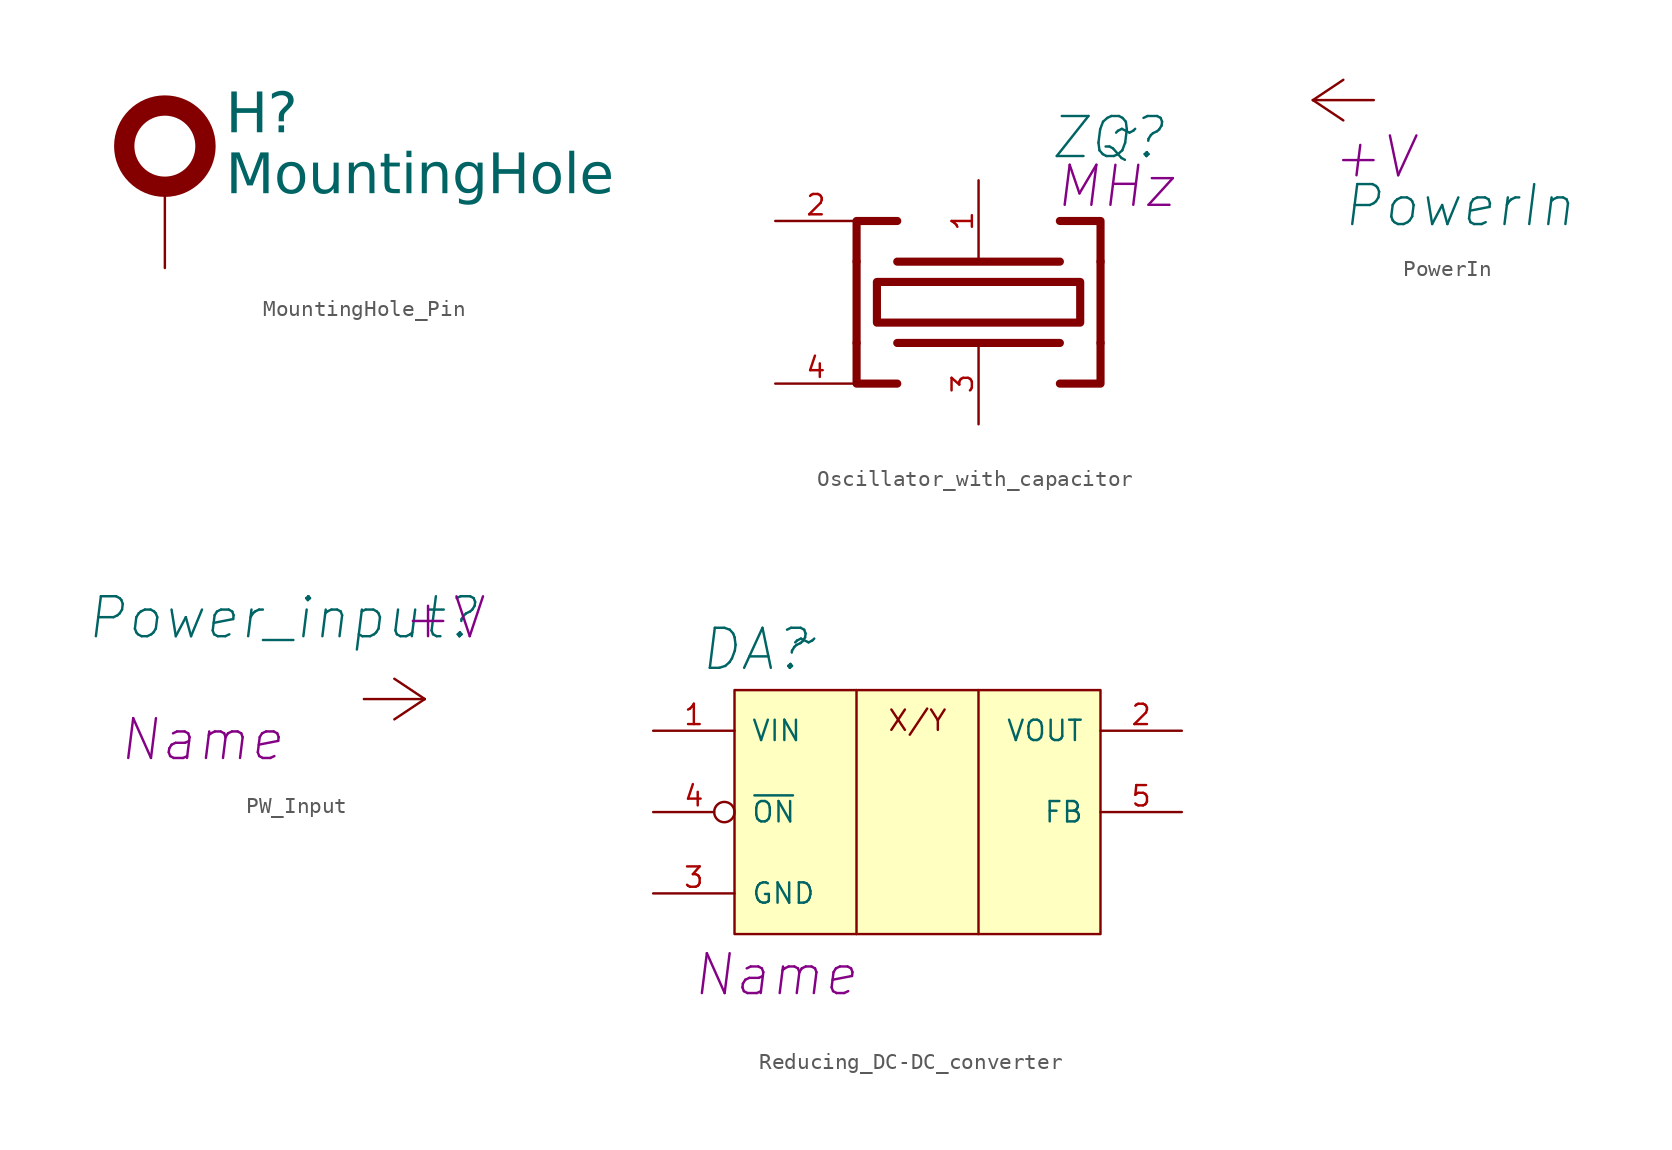
<source format=kicad_sym>
(kicad_symbol_lib
  (version 20241209)
  (generator "kicad_symbol_editor")
  (generator_version "9.0")
  (symbol "MountingHole_Pin"
    (pin_numbers
      (hide yes))
    (pin_names
      (offset 1.016)
      (hide yes))
    (property "Reference" "H"
      (at 3.81 1.905 0)
      (effects (font (face "GOST type A") (size 2.5 2.5) (italic yes)) (justify left)))
    (property "Value" "MountingHole"
      (at 3.81 -1.905 0)
      (effects (font (face "GOST type A") (size 2.5 2.5) (italic yes)) (justify left)))
    (symbol "MountingHole_Pin_0_1"
      (circle (center 0 0) (radius 2.54) (stroke (width 1.27) (type default)) (fill (type none))))
    (symbol "MountingHole_Pin_1_1"
      (pin passive line (at 0 -7.62 90) (length 5.08) (name "Pin" (effects (font (size 2.489 2.489)))) (number "1" (effects (font (size 2.489 2.489)))))))
  (symbol "Oscillator_with_capacitor"
    (pin_names
      (offset 1.016)
      (hide yes))
    (property "Reference" "ZQ"
      (at 4.445 10.287 0)
      (effects (font (size 2.5 2.5) (italic yes)) (justify left)))
    (property "Value" "~"
      (at 8.255 10.795 0)
      (effects (font (size 2.5 2.5)) (justify left)))
    (property "Frequency" "MHz"
      (at 4.699 7.239 0)
      (effects (font (size 2.5 2.5) (italic yes)) (justify left)))
    (symbol "Oscillator_with_capacitor_0_1"
      (polyline (pts (xy -7.62 2.54) (xy -7.62 -2.54)) (stroke (width 0.508) (type solid)) (fill (type none)))
      (polyline (pts (xy -7.62 -2.54) (xy -7.62 -5.08) (xy -5.08 -5.08)) (stroke (width 0.508) (type solid)) (fill (type none)))
      (polyline (pts (xy -5.08 5.08) (xy -7.62 5.08) (xy -7.62 2.54)) (stroke (width 0.508) (type solid)) (fill (type none)))
      (polyline (pts (xy 5.08 5.08) (xy 7.62 5.08) (xy 7.62 2.54)) (stroke (width 0.508) (type solid)) (fill (type none)))
      (polyline (pts (xy 5.08 2.54) (xy -5.08 2.54)) (stroke (width 0.508) (type solid)) (fill (type none)))
      (polyline (pts (xy 5.08 -2.54) (xy -5.08 -2.54)) (stroke (width 0.508) (type solid)) (fill (type none)))
      (rectangle (start 6.35 1.27) (end -6.35 -1.27) (stroke (width 0.508) (type solid)) (fill (type none)))
      (polyline (pts (xy 7.62 2.54) (xy 7.62 -2.54)) (stroke (width 0.508) (type solid)) (fill (type none)))
      (polyline (pts (xy 7.62 -2.54) (xy 7.62 -5.08) (xy 5.08 -5.08)) (stroke (width 0.508) (type solid)) (fill (type none))))
    (symbol "Oscillator_with_capacitor_1_1"
      (pin passive line (at -12.7 5.08 0) (length 5.08) (name "2" (effects (font (size 1.27 1.27)))) (number "2" (effects (font (size 1.27 1.27)))))
      (pin passive line (at -12.7 -5.08 0) (length 5.08) (name "4" (effects (font (size 1.27 1.27)))) (number "4" (effects (font (size 1.27 1.27)))))
      (pin passive line (at 0 7.62 270) (length 5.08) (name "1" (effects (font (size 1.27 1.27)))) (number "1" (effects (font (size 1.27 1.27)))))
      (pin passive line (at 0 -7.62 90) (length 5.08) (name "3" (effects (font (size 1.27 1.27)))) (number "3" (effects (font (size 1.27 1.27)))))))
  (symbol "PowerIn"
    (power)
    (pin_names
      (offset 0)
      (hide yes))
    (property "Reference" "#PWR"
      (at 1.778 2.54 0)
      (effects (font (size 2.5 2.5) (italic yes)) (hide yes)))
    (property "Value" "PowerIn"
      (at 5.334 -6.604 0)
      (effects (font (size 2.5 2.5) (italic yes))))
    (property "Voltage" "+V"
      (at 0 -3.556 0)
      (effects (font (size 2.489 2.489) (italic yes))))
    (symbol "PowerIn_0_1"
      (polyline (pts (xy -3.81 0) (xy -1.905 1.27)) (stroke (width 0) (type solid)) (fill (type none)))
      (polyline (pts (xy -3.81 0) (xy -1.905 -1.27)) (stroke (width 0) (type solid)) (fill (type none)))
      (polyline (pts (xy -3.81 0) (xy 0 0)) (stroke (width 0) (type solid)) (fill (type none))))
    (symbol "PowerIn_1_1"
      (pin power_in line (at 0 0 180) (length 0) (hide yes) (name "AVDD" (effects (font (size 1.27 1.27)))) (number "1" (effects (font (size 1.27 1.27)))))))
  (symbol "PW_Input"
    (power)
    (pin_names
      (offset 0)
      (hide yes))
    (property "Reference" "Power_input"
      (at -5.08 7.62 0)
      (effects (font (size 2.5 2.5) (italic yes))))
    (property "Name" "Name"
      (at -10.16 0 0)
      (effects (font (size 2.489 2.489) (italic yes))))
    (property "Value_1" "+V"
      (at 5.08 7.62 0)
      (effects (font (size 2.489 2.489))))
    (symbol "PW_Input_0_1"
      (polyline (pts (xy 3.81 2.54) (xy 0 2.54)) (stroke (width 0) (type solid)) (fill (type none)))
      (polyline (pts (xy 3.81 2.54) (xy 1.905 3.81)) (stroke (width 0) (type solid)) (fill (type none)))
      (polyline (pts (xy 3.81 2.54) (xy 1.905 1.27)) (stroke (width 0) (type solid)) (fill (type none))))
    (symbol "PW_Input_1_1"
      (pin power_in line (at 0 2.54 0) (length 0) (hide yes) (name "DRVDD" (effects (font (size 1.27 1.27)))) (number "1" (effects (font (size 1.27 1.27)))))))
  (symbol "Reducing_DC-DC_converter "
    (pin_names
      (offset 1.016))
    (property "Reference" "DA"
      (at -19.05 7.62 0)
      (effects (font (size 2.5 2.5) (italic yes))))
    (property "Value" "~"
      (at -15.875 8.255 0)
      (effects (font (size 2.5 2.5))))
    (property "Name" "Name"
      (at -17.78 -12.7 0)
      (effects (font (size 2.489 2.489) (italic yes))))
    (symbol "Reducing_DC-DC_converter _0_0"
      (text "X/Y" (at -8.89 3.175 0) (effects (font (size 1.27 1.27)))))
    (symbol "Reducing_DC-DC_converter _0_1"
      (polyline (pts (xy -12.7 -10.16) (xy -12.7 5.08)) (stroke (width 0) (type solid)) (fill (type none)))
      (polyline (pts (xy -5.08 -10.16) (xy -5.08 5.08)) (stroke (width 0) (type solid)) (fill (type none))))
    (symbol "Reducing_DC-DC_converter _1_1"
      (polyline (pts (xy -20.32 5.08) (xy 2.54 5.08) (xy 2.54 -10.16) (xy -20.32 -10.16) (xy -20.32 5.08)) (stroke (width 0) (type solid)) (fill (type background)))
      (pin power_in line (at -25.4 2.54 0) (length 5.08) (name "VIN" (effects (font (size 1.27 1.27)))) (number "1" (effects (font (size 1.27 1.27)))))
      (pin input inverted (at -25.4 -2.54 0) (length 5.08) (name "~{ON}" (effects (font (size 1.27 1.27)))) (number "4" (effects (font (size 1.27 1.27)))))
      (pin power_in line (at -25.4 -7.62 0) (length 5.08) (name "GND" (effects (font (size 1.27 1.27)))) (number "3" (effects (font (size 1.27 1.27)))))
      (pin power_out line (at 7.62 2.54 180) (length 5.08) (name "VOUT" (effects (font (size 1.27 1.27)))) (number "2" (effects (font (size 1.27 1.27)))))
      (pin input line (at 7.62 -2.54 180) (length 5.08) (name "FB" (effects (font (size 1.27 1.27)))) (number "5" (effects (font (size 1.27 1.27))))))))
</source>
